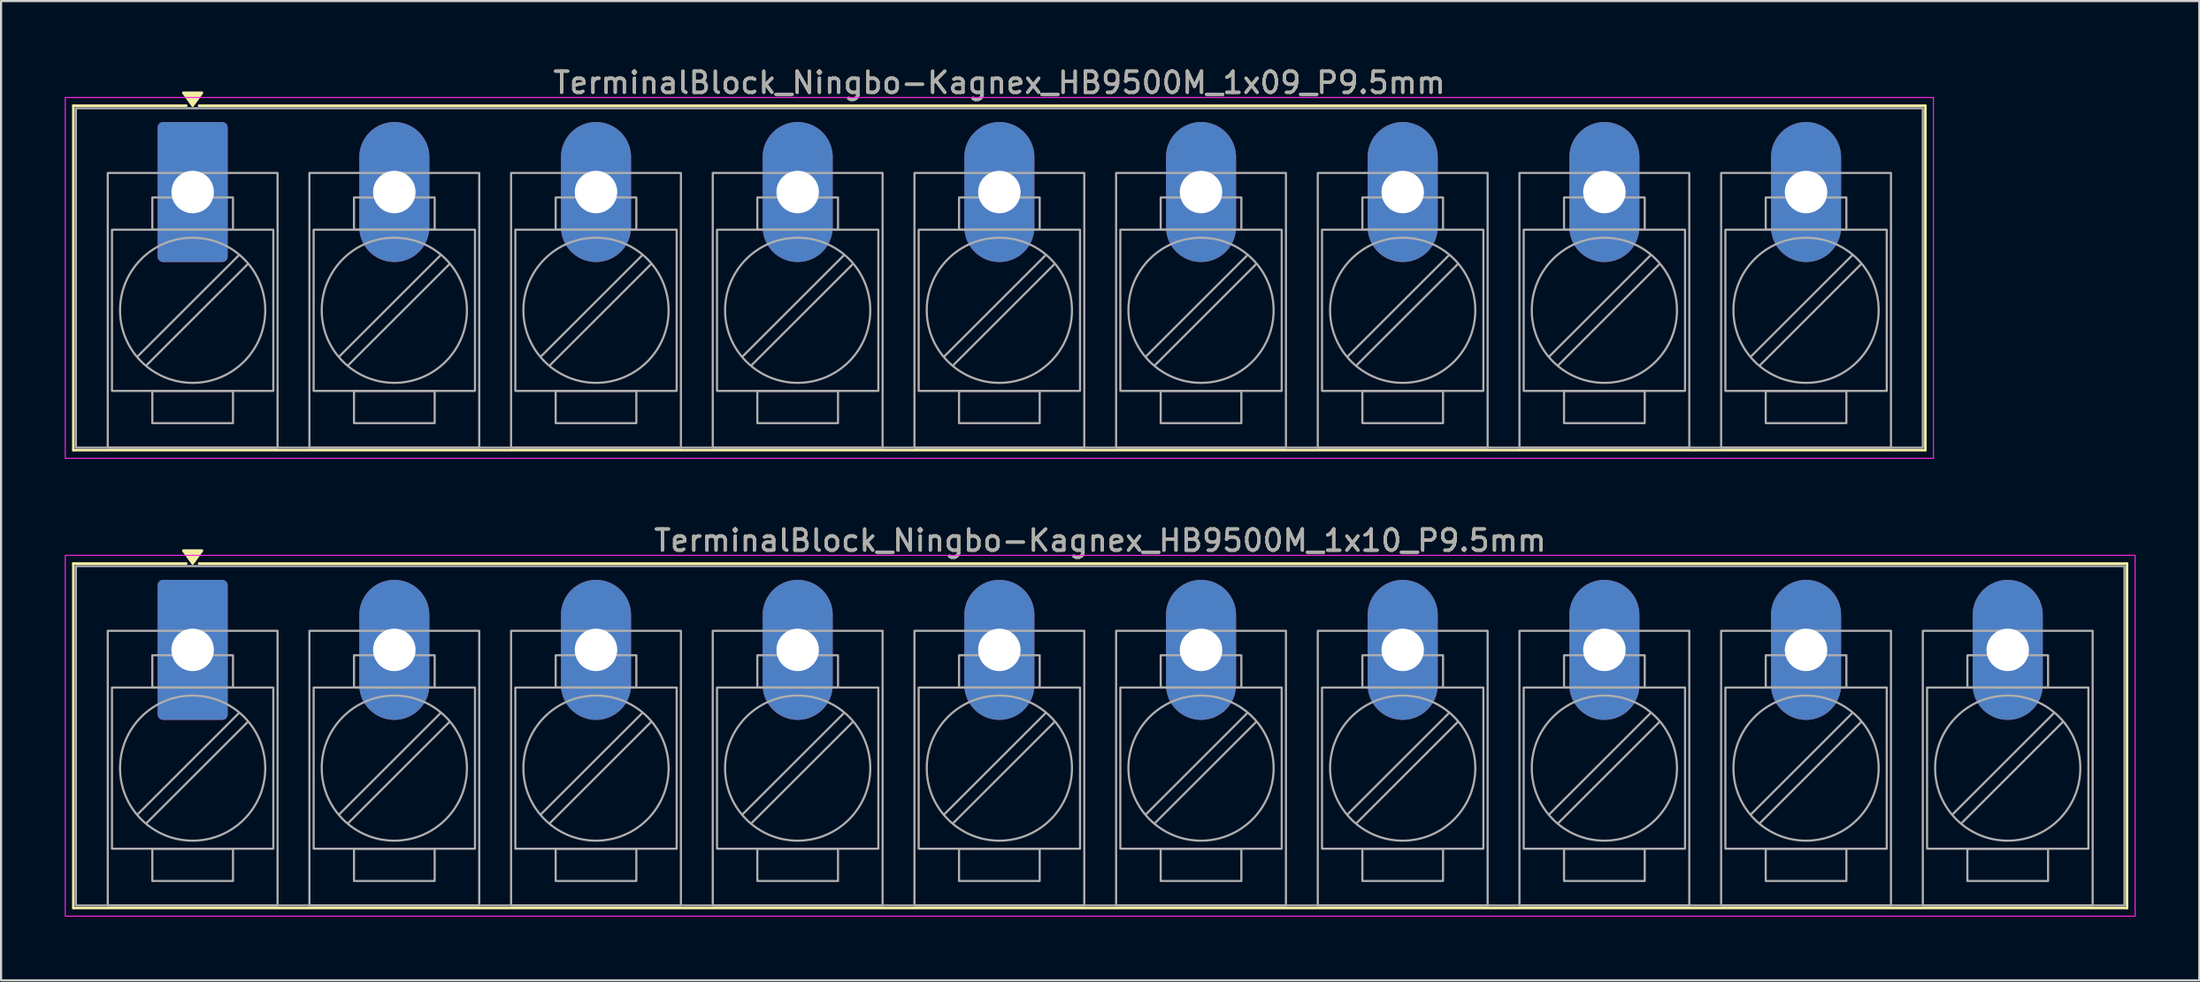
<source format=kicad_pcb>
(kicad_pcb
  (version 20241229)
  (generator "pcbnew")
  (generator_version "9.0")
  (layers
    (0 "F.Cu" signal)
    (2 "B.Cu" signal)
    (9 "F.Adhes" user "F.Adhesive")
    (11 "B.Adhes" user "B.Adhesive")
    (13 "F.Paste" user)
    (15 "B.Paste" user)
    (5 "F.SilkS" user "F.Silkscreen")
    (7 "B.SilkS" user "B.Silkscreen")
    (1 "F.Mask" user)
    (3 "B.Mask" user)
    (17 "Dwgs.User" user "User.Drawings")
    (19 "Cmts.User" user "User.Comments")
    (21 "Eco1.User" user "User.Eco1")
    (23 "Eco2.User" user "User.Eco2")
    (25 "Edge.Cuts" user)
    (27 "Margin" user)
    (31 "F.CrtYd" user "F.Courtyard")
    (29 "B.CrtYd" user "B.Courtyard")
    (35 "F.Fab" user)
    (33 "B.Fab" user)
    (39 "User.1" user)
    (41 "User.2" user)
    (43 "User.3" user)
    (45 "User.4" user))
  (footprint "TerminalBlock_Ningbo-Kagnex_HB9500M_1x09_P9.5mm"
    (layer "F.Cu")
    (at 6.025 6.003)
    (property "Reference" "TerminalBlock_Ningbo-Kagnex_HB9500M_1x09_P9.5mm" (at 38 -5.155 0) (layer "F.SilkS") (effects (font (size 1 1) (thickness 0.15))))
    (attr through_hole)
    (fp_line (start -5.62 -4.07) (end -0.3 -4.07) (stroke (width 0.12) (type solid)) (layer "F.SilkS"))
    (fp_line (start -5.62 12.17) (end -5.62 -4.07) (stroke (width 0.12) (type solid)) (layer "F.SilkS"))
    (fp_line (start 0.3 -4.07) (end 81.62 -4.07) (stroke (width 0.12) (type solid)) (layer "F.SilkS"))
    (fp_line (start 81.62 -4.07) (end 81.62 12.17) (stroke (width 0.12) (type solid)) (layer "F.SilkS"))
    (fp_line (start 81.62 12.17) (end -5.62 12.17) (stroke (width 0.12) (type solid)) (layer "F.SilkS"))
    (fp_poly (pts (xy 0 -4.07) (xy -0.44 -4.68) (xy 0.44 -4.68)) (stroke (width 0.12) (type solid)) (fill yes) (layer "F.SilkS"))
    (fp_rect (start -6 -4.455) (end 82 12.555) (stroke (width 0.05) (type solid)) (fill no) (layer "F.CrtYd"))
    (fp_line (start 2.176 2.981) (end -2.594 7.751) (stroke (width 0.1) (type solid)) (layer "F.Fab"))
    (fp_line (start 2.594 3.399) (end -2.176 8.169) (stroke (width 0.1) (type solid)) (layer "F.Fab"))
    (fp_line (start 11.676 2.981) (end 6.906 7.751) (stroke (width 0.1) (type solid)) (layer "F.Fab"))
    (fp_line (start 12.094 3.399) (end 7.324 8.169) (stroke (width 0.1) (type solid)) (layer "F.Fab"))
    (fp_line (start 21.176 2.981) (end 16.406 7.751) (stroke (width 0.1) (type solid)) (layer "F.Fab"))
    (fp_line (start 21.594 3.399) (end 16.824 8.169) (stroke (width 0.1) (type solid)) (layer "F.Fab"))
    (fp_line (start 30.676 2.981) (end 25.906 7.751) (stroke (width 0.1) (type solid)) (layer "F.Fab"))
    (fp_line (start 31.094 3.399) (end 26.324 8.169) (stroke (width 0.1) (type solid)) (layer "F.Fab"))
    (fp_line (start 40.176 2.981) (end 35.406 7.751) (stroke (width 0.1) (type solid)) (layer "F.Fab"))
    (fp_line (start 40.594 3.399) (end 35.824 8.169) (stroke (width 0.1) (type solid)) (layer "F.Fab"))
    (fp_line (start 49.676 2.981) (end 44.906 7.751) (stroke (width 0.1) (type solid)) (layer "F.Fab"))
    (fp_line (start 50.094 3.399) (end 45.324 8.169) (stroke (width 0.1) (type solid)) (layer "F.Fab"))
    (fp_line (start 59.176 2.981) (end 54.406 7.751) (stroke (width 0.1) (type solid)) (layer "F.Fab"))
    (fp_line (start 59.594 3.399) (end 54.824 8.169) (stroke (width 0.1) (type solid)) (layer "F.Fab"))
    (fp_line (start 68.676 2.981) (end 63.906 7.751) (stroke (width 0.1) (type solid)) (layer "F.Fab"))
    (fp_line (start 69.094 3.399) (end 64.324 8.169) (stroke (width 0.1) (type solid)) (layer "F.Fab"))
    (fp_line (start 78.176 2.981) (end 73.406 7.751) (stroke (width 0.1) (type solid)) (layer "F.Fab"))
    (fp_line (start 78.594 3.399) (end 73.824 8.169) (stroke (width 0.1) (type solid)) (layer "F.Fab"))
    (fp_rect (start -5.5 -3.95) (end 81.5 12.05) (stroke (width 0.1) (type solid)) (fill no) (layer "F.Fab"))
    (fp_rect (start -4 -0.9) (end 4 12.05) (stroke (width 0.1) (type solid)) (fill no) (layer "F.Fab"))
    (fp_rect (start -3.8 1.775) (end 3.8 9.375) (stroke (width 0.1) (type solid)) (fill no) (layer "F.Fab"))
    (fp_rect (start -1.9 0.255) (end 1.9 1.775) (stroke (width 0.1) (type solid)) (fill no) (layer "F.Fab"))
    (fp_rect (start -1.9 9.375) (end 1.9 10.895) (stroke (width 0.1) (type solid)) (fill no) (layer "F.Fab"))
    (fp_rect (start 5.5 -0.9) (end 13.5 12.05) (stroke (width 0.1) (type solid)) (fill no) (layer "F.Fab"))
    (fp_rect (start 5.7 1.775) (end 13.3 9.375) (stroke (width 0.1) (type solid)) (fill no) (layer "F.Fab"))
    (fp_rect (start 7.6 0.255) (end 11.4 1.775) (stroke (width 0.1) (type solid)) (fill no) (layer "F.Fab"))
    (fp_rect (start 7.6 9.375) (end 11.4 10.895) (stroke (width 0.1) (type solid)) (fill no) (layer "F.Fab"))
    (fp_rect (start 15 -0.9) (end 23 12.05) (stroke (width 0.1) (type solid)) (fill no) (layer "F.Fab"))
    (fp_rect (start 15.2 1.775) (end 22.8 9.375) (stroke (width 0.1) (type solid)) (fill no) (layer "F.Fab"))
    (fp_rect (start 17.1 0.255) (end 20.9 1.775) (stroke (width 0.1) (type solid)) (fill no) (layer "F.Fab"))
    (fp_rect (start 17.1 9.375) (end 20.9 10.895) (stroke (width 0.1) (type solid)) (fill no) (layer "F.Fab"))
    (fp_rect (start 24.5 -0.9) (end 32.5 12.05) (stroke (width 0.1) (type solid)) (fill no) (layer "F.Fab"))
    (fp_rect (start 24.7 1.775) (end 32.3 9.375) (stroke (width 0.1) (type solid)) (fill no) (layer "F.Fab"))
    (fp_rect (start 26.6 0.255) (end 30.4 1.775) (stroke (width 0.1) (type solid)) (fill no) (layer "F.Fab"))
    (fp_rect (start 26.6 9.375) (end 30.4 10.895) (stroke (width 0.1) (type solid)) (fill no) (layer "F.Fab"))
    (fp_rect (start 34 -0.9) (end 42 12.05) (stroke (width 0.1) (type solid)) (fill no) (layer "F.Fab"))
    (fp_rect (start 34.2 1.775) (end 41.8 9.375) (stroke (width 0.1) (type solid)) (fill no) (layer "F.Fab"))
    (fp_rect (start 36.1 0.255) (end 39.9 1.775) (stroke (width 0.1) (type solid)) (fill no) (layer "F.Fab"))
    (fp_rect (start 36.1 9.375) (end 39.9 10.895) (stroke (width 0.1) (type solid)) (fill no) (layer "F.Fab"))
    (fp_rect (start 43.5 -0.9) (end 51.5 12.05) (stroke (width 0.1) (type solid)) (fill no) (layer "F.Fab"))
    (fp_rect (start 43.7 1.775) (end 51.3 9.375) (stroke (width 0.1) (type solid)) (fill no) (layer "F.Fab"))
    (fp_rect (start 45.6 0.255) (end 49.4 1.775) (stroke (width 0.1) (type solid)) (fill no) (layer "F.Fab"))
    (fp_rect (start 45.6 9.375) (end 49.4 10.895) (stroke (width 0.1) (type solid)) (fill no) (layer "F.Fab"))
    (fp_rect (start 53 -0.9) (end 61 12.05) (stroke (width 0.1) (type solid)) (fill no) (layer "F.Fab"))
    (fp_rect (start 53.2 1.775) (end 60.8 9.375) (stroke (width 0.1) (type solid)) (fill no) (layer "F.Fab"))
    (fp_rect (start 55.1 0.255) (end 58.9 1.775) (stroke (width 0.1) (type solid)) (fill no) (layer "F.Fab"))
    (fp_rect (start 55.1 9.375) (end 58.9 10.895) (stroke (width 0.1) (type solid)) (fill no) (layer "F.Fab"))
    (fp_rect (start 62.5 -0.9) (end 70.5 12.05) (stroke (width 0.1) (type solid)) (fill no) (layer "F.Fab"))
    (fp_rect (start 62.7 1.775) (end 70.3 9.375) (stroke (width 0.1) (type solid)) (fill no) (layer "F.Fab"))
    (fp_rect (start 64.6 0.255) (end 68.4 1.775) (stroke (width 0.1) (type solid)) (fill no) (layer "F.Fab"))
    (fp_rect (start 64.6 9.375) (end 68.4 10.895) (stroke (width 0.1) (type solid)) (fill no) (layer "F.Fab"))
    (fp_rect (start 72 -0.9) (end 80 12.05) (stroke (width 0.1) (type solid)) (fill no) (layer "F.Fab"))
    (fp_rect (start 72.2 1.775) (end 79.8 9.375) (stroke (width 0.1) (type solid)) (fill no) (layer "F.Fab"))
    (fp_rect (start 74.1 0.255) (end 77.9 1.775) (stroke (width 0.1) (type solid)) (fill no) (layer "F.Fab"))
    (fp_rect (start 74.1 9.375) (end 77.9 10.895) (stroke (width 0.1) (type solid)) (fill no) (layer "F.Fab"))
    (fp_circle (center 0 5.575) (end 3.42 5.575) (stroke (width 0.1) (type solid)) (fill no) (layer "F.Fab"))
    (fp_circle (center 9.5 5.575) (end 12.92 5.575) (stroke (width 0.1) (type solid)) (fill no) (layer "F.Fab"))
    (fp_circle (center 19 5.575) (end 22.42 5.575) (stroke (width 0.1) (type solid)) (fill no) (layer "F.Fab"))
    (fp_circle (center 28.5 5.575) (end 31.92 5.575) (stroke (width 0.1) (type solid)) (fill no) (layer "F.Fab"))
    (fp_circle (center 38 5.575) (end 41.42 5.575) (stroke (width 0.1) (type solid)) (fill no) (layer "F.Fab"))
    (fp_circle (center 47.5 5.575) (end 50.92 5.575) (stroke (width 0.1) (type solid)) (fill no) (layer "F.Fab"))
    (fp_circle (center 57 5.575) (end 60.42 5.575) (stroke (width 0.1) (type solid)) (fill no) (layer "F.Fab"))
    (fp_circle (center 66.5 5.575) (end 69.92 5.575) (stroke (width 0.1) (type solid)) (fill no) (layer "F.Fab"))
    (fp_circle (center 76 5.575) (end 79.42 5.575) (stroke (width 0.1) (type solid)) (fill no) (layer "F.Fab"))
    (fp_text user "${REFERENCE}" (at 38 -5.155 0) (layer "F.Fab") (effects (font (size 1 1) (thickness 0.15))))
    (pad "1" thru_hole roundrect (at 0 0) (size 3.3 6.6) (drill 2) (layers "*.Cu" "*.Mask") (roundrect_rratio 0.076))
    (pad "2" thru_hole oval (at 9.5 0) (size 3.3 6.6) (drill 2) (layers "*.Cu" "*.Mask"))
    (pad "3" thru_hole oval (at 19 0) (size 3.3 6.6) (drill 2) (layers "*.Cu" "*.Mask"))
    (pad "4" thru_hole oval (at 28.5 0) (size 3.3 6.6) (drill 2) (layers "*.Cu" "*.Mask"))
    (pad "5" thru_hole oval (at 38 0) (size 3.3 6.6) (drill 2) (layers "*.Cu" "*.Mask"))
    (pad "6" thru_hole oval (at 47.5 0) (size 3.3 6.6) (drill 2) (layers "*.Cu" "*.Mask"))
    (pad "7" thru_hole oval (at 57 0) (size 3.3 6.6) (drill 2) (layers "*.Cu" "*.Mask"))
    (pad "8" thru_hole oval (at 66.5 0) (size 3.3 6.6) (drill 2) (layers "*.Cu" "*.Mask"))
    (pad "9" thru_hole oval (at 76 0) (size 3.3 6.6) (drill 2) (layers "*.Cu" "*.Mask")))
  (footprint "TerminalBlock_Ningbo-Kagnex_HB9500M_1x10_P9.5mm"
    (layer "F.Cu")
    (at 6.025 27.587)
    (property "Reference" "TerminalBlock_Ningbo-Kagnex_HB9500M_1x10_P9.5mm" (at 42.75 -5.155 0) (layer "F.SilkS") (effects (font (size 1 1) (thickness 0.15))))
    (attr through_hole)
    (fp_line (start -5.62 -4.07) (end -0.3 -4.07) (stroke (width 0.12) (type solid)) (layer "F.SilkS"))
    (fp_line (start -5.62 12.17) (end -5.62 -4.07) (stroke (width 0.12) (type solid)) (layer "F.SilkS"))
    (fp_line (start 0.3 -4.07) (end 91.12 -4.07) (stroke (width 0.12) (type solid)) (layer "F.SilkS"))
    (fp_line (start 91.12 -4.07) (end 91.12 12.17) (stroke (width 0.12) (type solid)) (layer "F.SilkS"))
    (fp_line (start 91.12 12.17) (end -5.62 12.17) (stroke (width 0.12) (type solid)) (layer "F.SilkS"))
    (fp_poly (pts (xy 0 -4.07) (xy -0.44 -4.68) (xy 0.44 -4.68)) (stroke (width 0.12) (type solid)) (fill yes) (layer "F.SilkS"))
    (fp_rect (start -6 -4.455) (end 91.5 12.555) (stroke (width 0.05) (type solid)) (fill no) (layer "F.CrtYd"))
    (fp_line (start 2.176 2.981) (end -2.594 7.751) (stroke (width 0.1) (type solid)) (layer "F.Fab"))
    (fp_line (start 2.594 3.399) (end -2.176 8.169) (stroke (width 0.1) (type solid)) (layer "F.Fab"))
    (fp_line (start 11.676 2.981) (end 6.906 7.751) (stroke (width 0.1) (type solid)) (layer "F.Fab"))
    (fp_line (start 12.094 3.399) (end 7.324 8.169) (stroke (width 0.1) (type solid)) (layer "F.Fab"))
    (fp_line (start 21.176 2.981) (end 16.406 7.751) (stroke (width 0.1) (type solid)) (layer "F.Fab"))
    (fp_line (start 21.594 3.399) (end 16.824 8.169) (stroke (width 0.1) (type solid)) (layer "F.Fab"))
    (fp_line (start 30.676 2.981) (end 25.906 7.751) (stroke (width 0.1) (type solid)) (layer "F.Fab"))
    (fp_line (start 31.094 3.399) (end 26.324 8.169) (stroke (width 0.1) (type solid)) (layer "F.Fab"))
    (fp_line (start 40.176 2.981) (end 35.406 7.751) (stroke (width 0.1) (type solid)) (layer "F.Fab"))
    (fp_line (start 40.594 3.399) (end 35.824 8.169) (stroke (width 0.1) (type solid)) (layer "F.Fab"))
    (fp_line (start 49.676 2.981) (end 44.906 7.751) (stroke (width 0.1) (type solid)) (layer "F.Fab"))
    (fp_line (start 50.094 3.399) (end 45.324 8.169) (stroke (width 0.1) (type solid)) (layer "F.Fab"))
    (fp_line (start 59.176 2.981) (end 54.406 7.751) (stroke (width 0.1) (type solid)) (layer "F.Fab"))
    (fp_line (start 59.594 3.399) (end 54.824 8.169) (stroke (width 0.1) (type solid)) (layer "F.Fab"))
    (fp_line (start 68.676 2.981) (end 63.906 7.751) (stroke (width 0.1) (type solid)) (layer "F.Fab"))
    (fp_line (start 69.094 3.399) (end 64.324 8.169) (stroke (width 0.1) (type solid)) (layer "F.Fab"))
    (fp_line (start 78.176 2.981) (end 73.406 7.751) (stroke (width 0.1) (type solid)) (layer "F.Fab"))
    (fp_line (start 78.594 3.399) (end 73.824 8.169) (stroke (width 0.1) (type solid)) (layer "F.Fab"))
    (fp_line (start 87.676 2.981) (end 82.906 7.751) (stroke (width 0.1) (type solid)) (layer "F.Fab"))
    (fp_line (start 88.094 3.399) (end 83.324 8.169) (stroke (width 0.1) (type solid)) (layer "F.Fab"))
    (fp_rect (start -5.5 -3.95) (end 91 12.05) (stroke (width 0.1) (type solid)) (fill no) (layer "F.Fab"))
    (fp_rect (start -4 -0.9) (end 4 12.05) (stroke (width 0.1) (type solid)) (fill no) (layer "F.Fab"))
    (fp_rect (start -3.8 1.775) (end 3.8 9.375) (stroke (width 0.1) (type solid)) (fill no) (layer "F.Fab"))
    (fp_rect (start -1.9 0.255) (end 1.9 1.775) (stroke (width 0.1) (type solid)) (fill no) (layer "F.Fab"))
    (fp_rect (start -1.9 9.375) (end 1.9 10.895) (stroke (width 0.1) (type solid)) (fill no) (layer "F.Fab"))
    (fp_rect (start 5.5 -0.9) (end 13.5 12.05) (stroke (width 0.1) (type solid)) (fill no) (layer "F.Fab"))
    (fp_rect (start 5.7 1.775) (end 13.3 9.375) (stroke (width 0.1) (type solid)) (fill no) (layer "F.Fab"))
    (fp_rect (start 7.6 0.255) (end 11.4 1.775) (stroke (width 0.1) (type solid)) (fill no) (layer "F.Fab"))
    (fp_rect (start 7.6 9.375) (end 11.4 10.895) (stroke (width 0.1) (type solid)) (fill no) (layer "F.Fab"))
    (fp_rect (start 15 -0.9) (end 23 12.05) (stroke (width 0.1) (type solid)) (fill no) (layer "F.Fab"))
    (fp_rect (start 15.2 1.775) (end 22.8 9.375) (stroke (width 0.1) (type solid)) (fill no) (layer "F.Fab"))
    (fp_rect (start 17.1 0.255) (end 20.9 1.775) (stroke (width 0.1) (type solid)) (fill no) (layer "F.Fab"))
    (fp_rect (start 17.1 9.375) (end 20.9 10.895) (stroke (width 0.1) (type solid)) (fill no) (layer "F.Fab"))
    (fp_rect (start 24.5 -0.9) (end 32.5 12.05) (stroke (width 0.1) (type solid)) (fill no) (layer "F.Fab"))
    (fp_rect (start 24.7 1.775) (end 32.3 9.375) (stroke (width 0.1) (type solid)) (fill no) (layer "F.Fab"))
    (fp_rect (start 26.6 0.255) (end 30.4 1.775) (stroke (width 0.1) (type solid)) (fill no) (layer "F.Fab"))
    (fp_rect (start 26.6 9.375) (end 30.4 10.895) (stroke (width 0.1) (type solid)) (fill no) (layer "F.Fab"))
    (fp_rect (start 34 -0.9) (end 42 12.05) (stroke (width 0.1) (type solid)) (fill no) (layer "F.Fab"))
    (fp_rect (start 34.2 1.775) (end 41.8 9.375) (stroke (width 0.1) (type solid)) (fill no) (layer "F.Fab"))
    (fp_rect (start 36.1 0.255) (end 39.9 1.775) (stroke (width 0.1) (type solid)) (fill no) (layer "F.Fab"))
    (fp_rect (start 36.1 9.375) (end 39.9 10.895) (stroke (width 0.1) (type solid)) (fill no) (layer "F.Fab"))
    (fp_rect (start 43.5 -0.9) (end 51.5 12.05) (stroke (width 0.1) (type solid)) (fill no) (layer "F.Fab"))
    (fp_rect (start 43.7 1.775) (end 51.3 9.375) (stroke (width 0.1) (type solid)) (fill no) (layer "F.Fab"))
    (fp_rect (start 45.6 0.255) (end 49.4 1.775) (stroke (width 0.1) (type solid)) (fill no) (layer "F.Fab"))
    (fp_rect (start 45.6 9.375) (end 49.4 10.895) (stroke (width 0.1) (type solid)) (fill no) (layer "F.Fab"))
    (fp_rect (start 53 -0.9) (end 61 12.05) (stroke (width 0.1) (type solid)) (fill no) (layer "F.Fab"))
    (fp_rect (start 53.2 1.775) (end 60.8 9.375) (stroke (width 0.1) (type solid)) (fill no) (layer "F.Fab"))
    (fp_rect (start 55.1 0.255) (end 58.9 1.775) (stroke (width 0.1) (type solid)) (fill no) (layer "F.Fab"))
    (fp_rect (start 55.1 9.375) (end 58.9 10.895) (stroke (width 0.1) (type solid)) (fill no) (layer "F.Fab"))
    (fp_rect (start 62.5 -0.9) (end 70.5 12.05) (stroke (width 0.1) (type solid)) (fill no) (layer "F.Fab"))
    (fp_rect (start 62.7 1.775) (end 70.3 9.375) (stroke (width 0.1) (type solid)) (fill no) (layer "F.Fab"))
    (fp_rect (start 64.6 0.255) (end 68.4 1.775) (stroke (width 0.1) (type solid)) (fill no) (layer "F.Fab"))
    (fp_rect (start 64.6 9.375) (end 68.4 10.895) (stroke (width 0.1) (type solid)) (fill no) (layer "F.Fab"))
    (fp_rect (start 72 -0.9) (end 80 12.05) (stroke (width 0.1) (type solid)) (fill no) (layer "F.Fab"))
    (fp_rect (start 72.2 1.775) (end 79.8 9.375) (stroke (width 0.1) (type solid)) (fill no) (layer "F.Fab"))
    (fp_rect (start 74.1 0.255) (end 77.9 1.775) (stroke (width 0.1) (type solid)) (fill no) (layer "F.Fab"))
    (fp_rect (start 74.1 9.375) (end 77.9 10.895) (stroke (width 0.1) (type solid)) (fill no) (layer "F.Fab"))
    (fp_rect (start 81.5 -0.9) (end 89.5 12.05) (stroke (width 0.1) (type solid)) (fill no) (layer "F.Fab"))
    (fp_rect (start 81.7 1.775) (end 89.3 9.375) (stroke (width 0.1) (type solid)) (fill no) (layer "F.Fab"))
    (fp_rect (start 83.6 0.255) (end 87.4 1.775) (stroke (width 0.1) (type solid)) (fill no) (layer "F.Fab"))
    (fp_rect (start 83.6 9.375) (end 87.4 10.895) (stroke (width 0.1) (type solid)) (fill no) (layer "F.Fab"))
    (fp_circle (center 0 5.575) (end 3.42 5.575) (stroke (width 0.1) (type solid)) (fill no) (layer "F.Fab"))
    (fp_circle (center 9.5 5.575) (end 12.92 5.575) (stroke (width 0.1) (type solid)) (fill no) (layer "F.Fab"))
    (fp_circle (center 19 5.575) (end 22.42 5.575) (stroke (width 0.1) (type solid)) (fill no) (layer "F.Fab"))
    (fp_circle (center 28.5 5.575) (end 31.92 5.575) (stroke (width 0.1) (type solid)) (fill no) (layer "F.Fab"))
    (fp_circle (center 38 5.575) (end 41.42 5.575) (stroke (width 0.1) (type solid)) (fill no) (layer "F.Fab"))
    (fp_circle (center 47.5 5.575) (end 50.92 5.575) (stroke (width 0.1) (type solid)) (fill no) (layer "F.Fab"))
    (fp_circle (center 57 5.575) (end 60.42 5.575) (stroke (width 0.1) (type solid)) (fill no) (layer "F.Fab"))
    (fp_circle (center 66.5 5.575) (end 69.92 5.575) (stroke (width 0.1) (type solid)) (fill no) (layer "F.Fab"))
    (fp_circle (center 76 5.575) (end 79.42 5.575) (stroke (width 0.1) (type solid)) (fill no) (layer "F.Fab"))
    (fp_circle (center 85.5 5.575) (end 88.92 5.575) (stroke (width 0.1) (type solid)) (fill no) (layer "F.Fab"))
    (fp_text user "${REFERENCE}" (at 42.75 -5.155 0) (layer "F.Fab") (effects (font (size 1 1) (thickness 0.15))))
    (pad "1" thru_hole roundrect (at 0 0) (size 3.3 6.6) (drill 2) (layers "*.Cu" "*.Mask") (roundrect_rratio 0.076))
    (pad "2" thru_hole oval (at 9.5 0) (size 3.3 6.6) (drill 2) (layers "*.Cu" "*.Mask"))
    (pad "3" thru_hole oval (at 19 0) (size 3.3 6.6) (drill 2) (layers "*.Cu" "*.Mask"))
    (pad "4" thru_hole oval (at 28.5 0) (size 3.3 6.6) (drill 2) (layers "*.Cu" "*.Mask"))
    (pad "5" thru_hole oval (at 38 0) (size 3.3 6.6) (drill 2) (layers "*.Cu" "*.Mask"))
    (pad "6" thru_hole oval (at 47.5 0) (size 3.3 6.6) (drill 2) (layers "*.Cu" "*.Mask"))
    (pad "7" thru_hole oval (at 57 0) (size 3.3 6.6) (drill 2) (layers "*.Cu" "*.Mask"))
    (pad "8" thru_hole oval (at 66.5 0) (size 3.3 6.6) (drill 2) (layers "*.Cu" "*.Mask"))
    (pad "9" thru_hole oval (at 76 0) (size 3.3 6.6) (drill 2) (layers "*.Cu" "*.Mask"))
    (pad "10" thru_hole oval (at 85.5 0) (size 3.3 6.6) (drill 2) (layers "*.Cu" "*.Mask")))
  (gr_rect
    (start -3 -3)
    (end 100.55 43.166)
    (stroke (width 0.1) (type default))
    (fill no)
    (layer "Edge.Cuts")))
</source>
